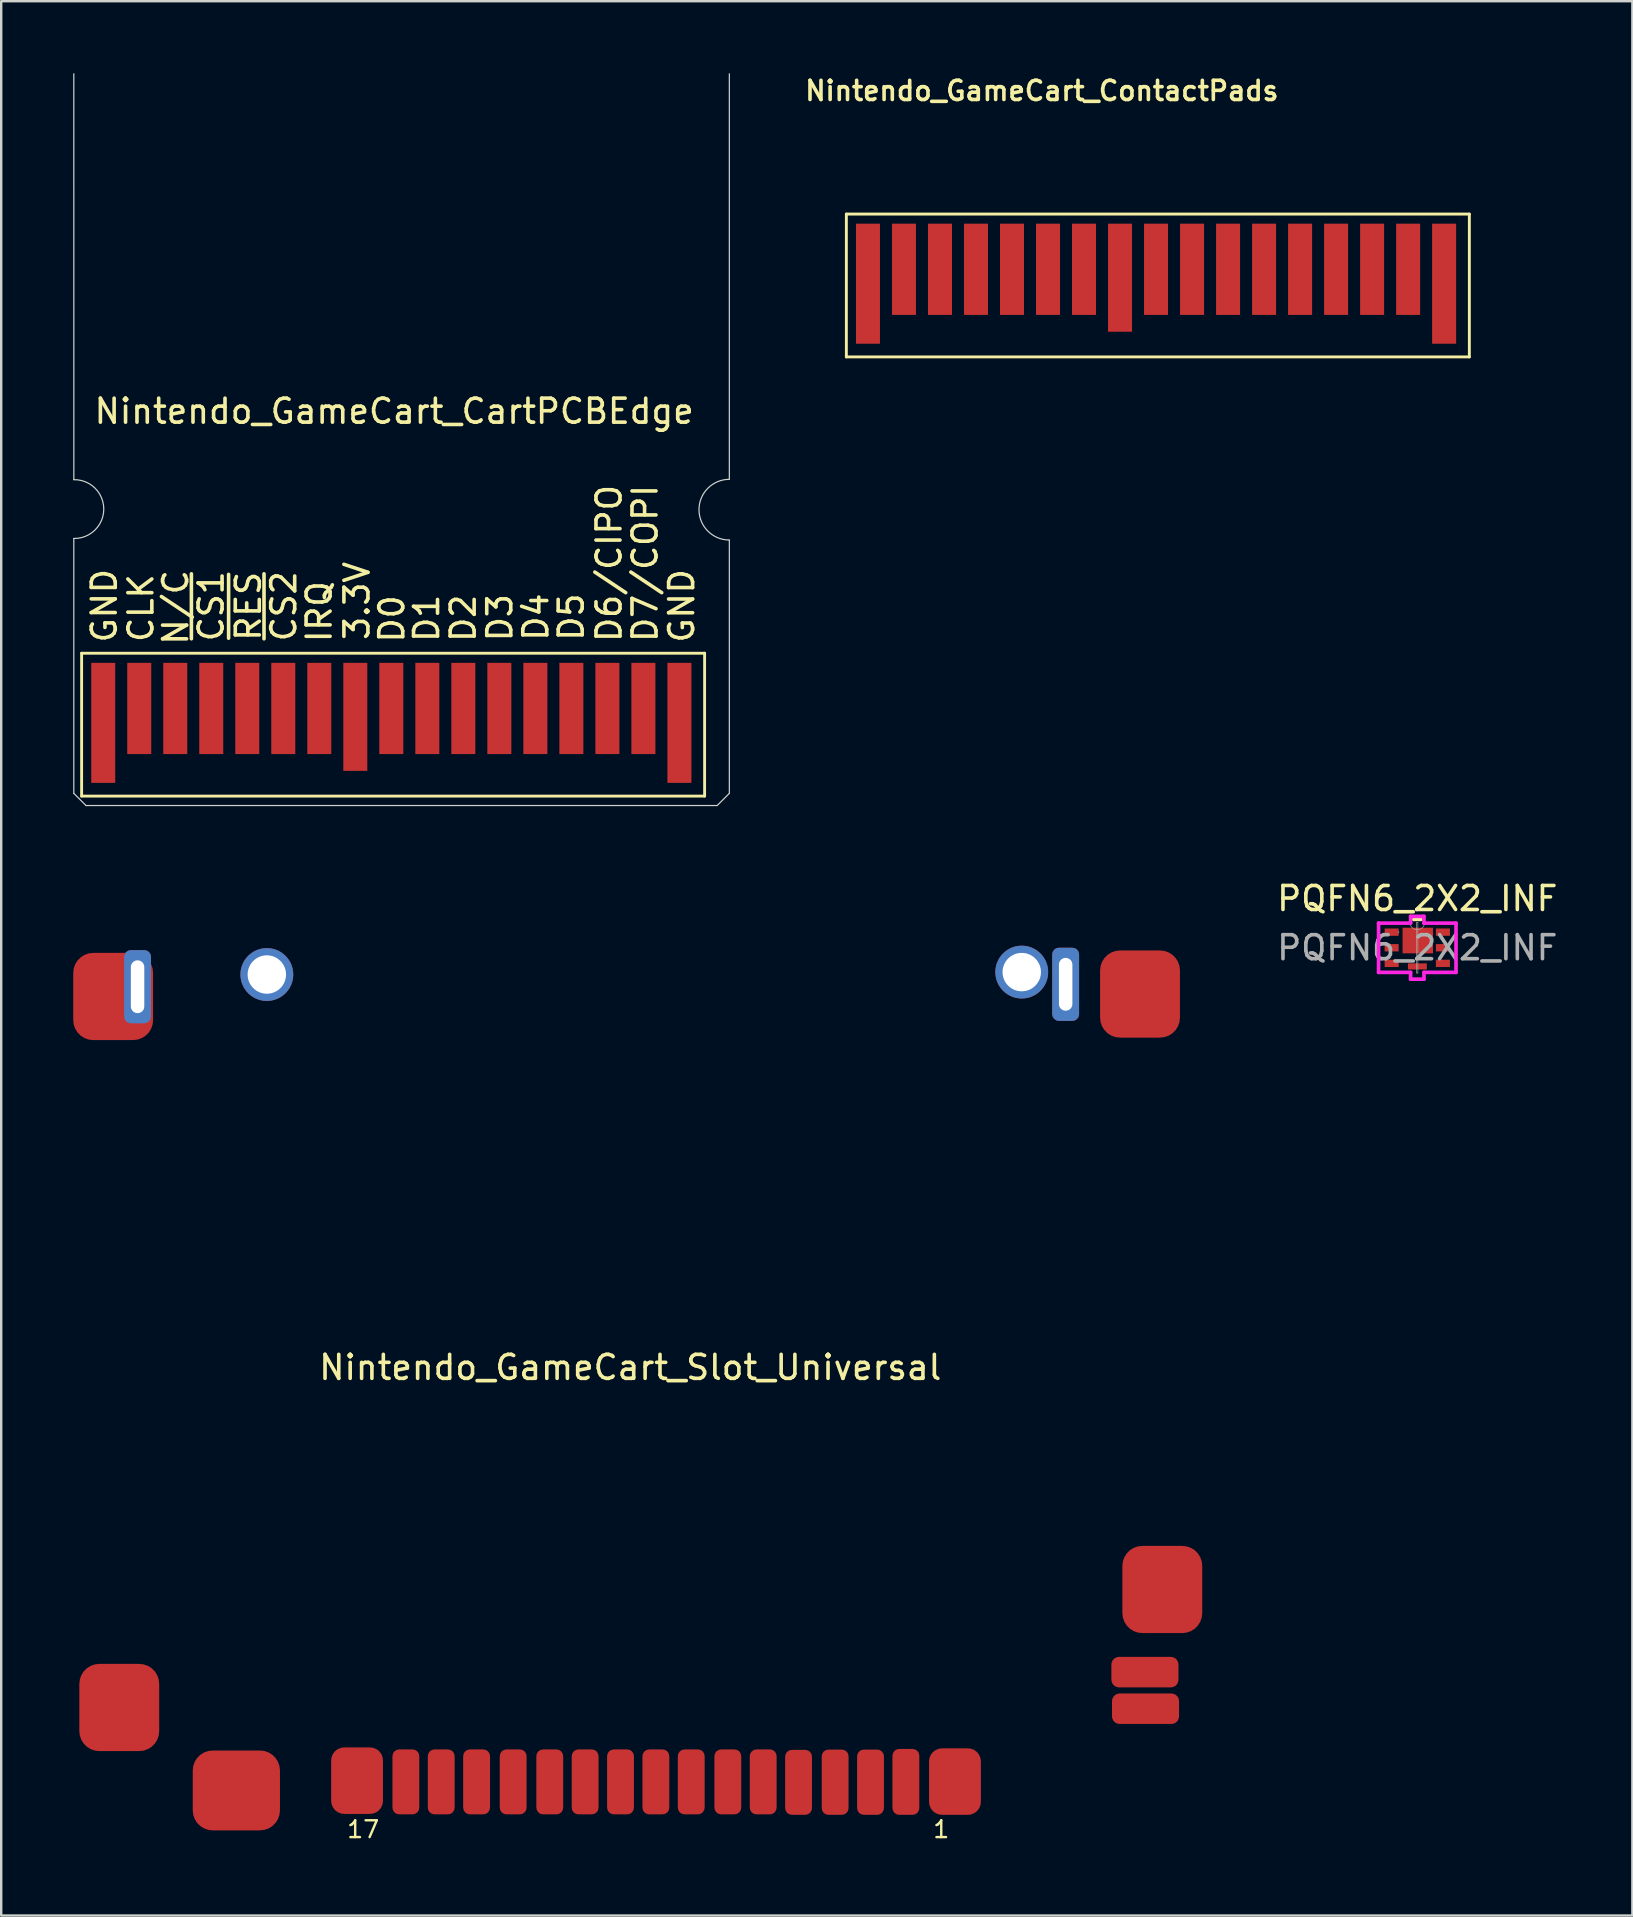
<source format=kicad_pcb>
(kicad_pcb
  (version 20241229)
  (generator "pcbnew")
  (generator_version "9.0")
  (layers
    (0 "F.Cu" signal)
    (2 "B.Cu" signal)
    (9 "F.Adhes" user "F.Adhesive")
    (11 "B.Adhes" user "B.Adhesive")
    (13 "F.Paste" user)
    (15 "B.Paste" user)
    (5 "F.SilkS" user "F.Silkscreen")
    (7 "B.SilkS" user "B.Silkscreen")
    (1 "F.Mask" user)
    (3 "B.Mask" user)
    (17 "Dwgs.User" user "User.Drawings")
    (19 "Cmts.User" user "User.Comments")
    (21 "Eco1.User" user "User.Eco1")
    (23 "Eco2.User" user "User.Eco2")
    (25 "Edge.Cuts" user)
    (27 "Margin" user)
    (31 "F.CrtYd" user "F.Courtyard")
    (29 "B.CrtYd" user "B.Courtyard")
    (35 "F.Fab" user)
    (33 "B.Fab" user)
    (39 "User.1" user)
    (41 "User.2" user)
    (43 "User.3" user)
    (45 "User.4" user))
  (footprint "Nintendo_GameCart_CartPCBEdge"
    (layer "F.Cu")
    (at 13.37 14.58)
    (property "Reference" "Nintendo_GameCart_CartPCBEdge" (at 0 -0.5 0) (unlocked yes) (layer "F.SilkS") (effects (font (size 1 1) (thickness 0.15))))
    (attr smd)
    (fp_line (start -13.02 9.58) (end -13.02 15.53) (stroke (width 0.12) (type solid)) (layer "F.SilkS"))
    (fp_line (start -13.02 15.53) (end 12.93 15.53) (stroke (width 0.12) (type solid)) (layer "F.SilkS"))
    (fp_line (start 12.93 9.58) (end -13.02 9.58) (stroke (width 0.12) (type solid)) (layer "F.SilkS"))
    (fp_line (start 12.93 15.53) (end 12.93 9.58) (stroke (width 0.12) (type solid)) (layer "F.SilkS"))
    (fp_line (start -13.345 -14.555) (end -13.344 2.35) (stroke (width 0.05) (type solid)) (layer "Edge.Cuts"))
    (fp_line (start -13.345 4.8) (end -13.345 15.417) (stroke (width 0.05) (type solid)) (layer "Edge.Cuts"))
    (fp_line (start -13.345 15.417) (end -12.837 15.925) (stroke (width 0.05) (type solid)) (layer "Edge.Cuts"))
    (fp_line (start -12.837 15.925) (end 13.452 15.925) (stroke (width 0.05) (type solid)) (layer "Edge.Cuts"))
    (fp_line (start 13.96 2.336) (end 13.96 -14.555) (stroke (width 0.05) (type solid)) (layer "Edge.Cuts"))
    (fp_line (start 13.96 15.417) (end 13.452 15.925) (stroke (width 0.05) (type solid)) (layer "Edge.Cuts"))
    (fp_line (start 13.96 15.417) (end 13.96 4.864) (stroke (width 0.05) (type solid)) (layer "Edge.Cuts"))
    (fp_arc (start -13.344215 2.350187) (mid -12.100409 3.575393) (end -13.345 4.7998) (stroke (width 0.05) (type solid)) (layer "Edge.Cuts"))
    (fp_arc (start 13.959914 4.864001) (mid 12.68599 3.599957) (end 13.96 2.336) (stroke (width 0.05) (type solid)) (layer "Edge.Cuts"))
    (fp_text user "D7/COPI" (at 10.45 5.842 90) (layer "F.SilkS") (effects (font (size 1 1) (thickness 0.15))))
    (fp_text user "D5" (at 7.375 8.075 90) (layer "F.SilkS") (effects (font (size 1 1) (thickness 0.15))))
    (fp_text user "D1" (at 1.35 8.125 90) (layer "F.SilkS") (effects (font (size 1 1) (thickness 0.15))))
    (fp_text user "~{CS1}" (at -7.625 7.625 90) (layer "F.SilkS") (effects (font (size 1 1) (thickness 0.15))))
    (fp_text user "D6/CIPO" (at 8.95 5.842 90) (layer "F.SilkS") (effects (font (size 1 1) (thickness 0.15))))
    (fp_text user "3.3V" (at -1.55 7.4 90) (layer "F.SilkS") (effects (font (size 1 1) (thickness 0.15))))
    (fp_text user "~{CS2}" (at -4.6 7.625 90) (layer "F.SilkS") (effects (font (size 1 1) (thickness 0.15))))
    (fp_text user "CLK" (at -10.55 7.7 90) (layer "F.SilkS") (effects (font (size 1 1) (thickness 0.15))))
    (fp_text user "D3" (at 4.4 8.1 90) (layer "F.SilkS") (effects (font (size 1 1) (thickness 0.15))))
    (fp_text user "N/C" (at -9.103 7.67 90) (layer "F.SilkS") (effects (font (size 1 1) (thickness 0.15))))
    (fp_text user "~{RES}" (at -6.075 7.625 90) (layer "F.SilkS") (effects (font (size 1 1) (thickness 0.15))))
    (fp_text user "D2" (at 2.875 8.125 90) (layer "F.SilkS") (effects (font (size 1 1) (thickness 0.15))))
    (fp_text user "D0" (at -0.1 8.15 90) (layer "F.SilkS") (effects (font (size 1 1) (thickness 0.15))))
    (fp_text user "IRQ" (at -3.125 7.85 90) (layer "F.SilkS") (effects (font (size 1 1) (thickness 0.15))))
    (fp_text user "GND" (at -12.075 7.6 90) (layer "F.SilkS") (effects (font (size 1 1) (thickness 0.15))))
    (fp_text user "D4" (at 5.9 8.075 90) (layer "F.SilkS") (effects (font (size 1 1) (thickness 0.15))))
    (fp_text user "GND" (at 11.975 7.606 90) (layer "F.SilkS") (effects (font (size 1 1) (thickness 0.15))))
    (pad "1" smd rect (at -12.12 12.48) (size 1 5) (layers "F.Cu" "F.Mask"))
    (pad "2" smd rect (at -10.62 11.88) (size 1 3.8) (layers "F.Cu" "F.Mask"))
    (pad "3" smd rect (at -9.12 11.88) (size 1 3.8) (layers "F.Cu" "F.Mask"))
    (pad "4" smd rect (at -7.62 11.88) (size 1 3.8) (layers "F.Cu" "F.Mask"))
    (pad "5" smd rect (at -6.12 11.88) (size 1 3.8) (layers "F.Cu" "F.Mask"))
    (pad "6" smd rect (at -4.62 11.88) (size 1 3.8) (layers "F.Cu" "F.Mask"))
    (pad "7" smd rect (at -3.12 11.88) (size 1 3.8) (layers "F.Cu" "F.Mask"))
    (pad "8" smd rect (at -1.62 12.23) (size 1 4.5) (layers "F.Cu" "F.Mask"))
    (pad "9" smd rect (at -0.12 11.88) (size 1 3.8) (layers "F.Cu" "F.Mask"))
    (pad "10" smd rect (at 1.38 11.88) (size 1 3.8) (layers "F.Cu" "F.Mask"))
    (pad "11" smd rect (at 2.88 11.88) (size 1 3.8) (layers "F.Cu" "F.Mask"))
    (pad "12" smd rect (at 4.38 11.88) (size 1 3.8) (layers "F.Cu" "F.Mask"))
    (pad "13" smd rect (at 5.88 11.88) (size 1 3.8) (layers "F.Cu" "F.Mask"))
    (pad "14" smd rect (at 7.38 11.88) (size 1 3.8) (layers "F.Cu" "F.Mask"))
    (pad "15" smd rect (at 8.88 11.88) (size 1 3.8) (layers "F.Cu" "F.Mask"))
    (pad "16" smd rect (at 10.38 11.88) (size 1 3.8) (layers "F.Cu" "F.Mask"))
    (pad "17" smd rect (at 11.88 12.48) (size 1 5) (layers "F.Cu" "F.Mask"))
    (zone (net_name "") (layer "B.Cu") (hatch edge 0.508) (connect_pads) (min_thickness 0.254) (filled_areas_thickness no) (keepout (tracks allowed) (vias allowed) (pads allowed) (copperpour allowed) (footprints not_allowed)) (placement (enabled no)) (fill) (polygon (pts (xy 27.086 30.074) (xy 0.162 30.11) (xy 0.162 0.356) (xy 27.086 0.356)))))
  (footprint "Nintendo_GameCart_ContactPads"
    (layer "F.Cu")
    (at 40.204 4.817)
    (property "Reference" "Nintendo_GameCart_ContactPads" (at 0.143 -4.085 0) (layer "F.SilkS") (effects (font (size 0.8 0.8) (thickness 0.15))))
    (attr through_hole)
    (fp_line (start -8 1.05) (end -8 7) (stroke (width 0.12) (type solid)) (layer "F.SilkS"))
    (fp_line (start -8 7) (end 17.95 7) (stroke (width 0.12) (type solid)) (layer "F.SilkS"))
    (fp_line (start 17.95 1.05) (end -8 1.05) (stroke (width 0.12) (type solid)) (layer "F.SilkS"))
    (fp_line (start 17.95 7) (end 17.95 1.05) (stroke (width 0.12) (type solid)) (layer "F.SilkS"))
    (pad "1" smd rect (at -7.1 3.95) (size 1 5) (layers "F.Cu" "F.Mask"))
    (pad "2" smd rect (at -5.6 3.35) (size 1 3.8) (layers "F.Cu" "F.Mask"))
    (pad "3" smd rect (at -4.1 3.35) (size 1 3.8) (layers "F.Cu" "F.Mask"))
    (pad "4" smd rect (at -2.6 3.35) (size 1 3.8) (layers "F.Cu" "F.Mask"))
    (pad "5" smd rect (at -1.1 3.35) (size 1 3.8) (layers "F.Cu" "F.Mask"))
    (pad "6" smd rect (at 0.4 3.35) (size 1 3.8) (layers "F.Cu" "F.Mask"))
    (pad "7" smd rect (at 1.9 3.35) (size 1 3.8) (layers "F.Cu" "F.Mask"))
    (pad "8" smd rect (at 3.4 3.7) (size 1 4.5) (layers "F.Cu" "F.Mask"))
    (pad "9" smd rect (at 4.9 3.35) (size 1 3.8) (layers "F.Cu" "F.Mask"))
    (pad "10" smd rect (at 6.4 3.35) (size 1 3.8) (layers "F.Cu" "F.Mask"))
    (pad "11" smd rect (at 7.9 3.35) (size 1 3.8) (layers "F.Cu" "F.Mask"))
    (pad "12" smd rect (at 9.4 3.35) (size 1 3.8) (layers "F.Cu" "F.Mask"))
    (pad "13" smd rect (at 10.9 3.35) (size 1 3.8) (layers "F.Cu" "F.Mask"))
    (pad "14" smd rect (at 12.4 3.35) (size 1 3.8) (layers "F.Cu" "F.Mask"))
    (pad "15" smd rect (at 13.9 3.35) (size 1 3.8) (layers "F.Cu" "F.Mask"))
    (pad "16" smd rect (at 15.4 3.35) (size 1 3.8) (layers "F.Cu" "F.Mask"))
    (pad "17" smd rect (at 16.9 3.95) (size 1 5) (layers "F.Cu" "F.Mask")))
  (footprint "Nintendo_GameCart_Slot_Universal"
    (layer "F.Cu")
    (at 23.203 54.409)
    (property "Reference" "Nintendo_GameCart_Slot_Universal" (at 0 -0.5 0) (unlocked yes) (layer "F.SilkS") (effects (font (size 1 1) (thickness 0.15))))
    (attr smd)
    (fp_text user "1" (at 12.954 18.745 0) (unlocked yes) (layer "F.SilkS") (effects (font (size 0.7 0.7) (thickness 0.1))))
    (fp_text user "17" (at -11.125 18.745 0) (unlocked yes) (layer "F.SilkS") (effects (font (size 0.7 0.7) (thickness 0.1))))
    (pad "" np_thru_hole circle (at -15.138 -16.866) (size 2.2 2.2) (drill 1.6) (layers "*.Cu" "*.Mask"))
    (pad "" np_thru_hole circle (at 16.307 -16.967) (size 2.2 2.2) (drill 1.6) (layers "*.Cu" "*.Mask"))
    (pad "0" smd roundrect (at -21.539 -15.951) (size 3.327 3.632) (layers "F.Cu" "F.Mask" "F.Paste") (roundrect_rratio 0.25))
    (pad "0" smd roundrect (at -21.285 13.665) (size 3.327 3.632) (layers "F.Cu" "F.Mask" "F.Paste") (roundrect_rratio 0.25))
    (pad "0" thru_hole roundrect (at -20.523 -16.358) (size 1.118 3.048) (drill oval 0.56 2.2) (layers "*.Cu" "*.Mask") (roundrect_rratio 0.25))
    (pad "0" smd roundrect (at -16.408 17.12 90) (size 3.327 3.632) (layers "F.Cu" "F.Mask" "F.Paste") (roundrect_rratio 0.25))
    (pad "0" thru_hole roundrect (at 18.136 -16.459) (size 1.118 3.048) (drill oval 0.56 2.2) (layers "*.Cu" "*.Mask") (roundrect_rratio 0.25))
    (pad "0" smd roundrect (at 21.234 -16.053) (size 3.327 3.632) (layers "F.Cu" "F.Mask" "F.Paste") (roundrect_rratio 0.25))
    (pad "0" smd roundrect (at 21.438 12.192) (size 2.794 1.27) (layers "F.Cu" "F.Mask" "F.Paste") (roundrect_rratio 0.25))
    (pad "0" smd roundrect (at 22.162 8.75) (size 3.327 3.632) (layers "F.Cu" "F.Mask" "F.Paste") (roundrect_rratio 0.25))
    (pad "1" smd roundrect (at 13.525 16.751) (size 2.159 2.769) (layers "F.Cu" "F.Mask" "F.Paste") (roundrect_rratio 0.25))
    (pad "2" smd roundrect (at 11.481 16.764) (size 1.118 2.743) (layers "F.Cu" "F.Mask" "F.Paste") (roundrect_rratio 0.25))
    (pad "3" smd roundrect (at 10.008 16.777) (size 1.118 2.718) (layers "F.Cu" "F.Mask" "F.Paste") (roundrect_rratio 0.25))
    (pad "4" smd roundrect (at 8.534 16.777) (size 1.118 2.718) (layers "F.Cu" "F.Mask" "F.Paste") (roundrect_rratio 0.25))
    (pad "5" smd roundrect (at 7.01 16.783) (size 1.118 2.705) (layers "F.Cu" "F.Mask" "F.Paste") (roundrect_rratio 0.25))
    (pad "6" smd roundrect (at 5.537 16.764) (size 1.118 2.705) (layers "F.Cu" "F.Mask" "F.Paste") (roundrect_rratio 0.25))
    (pad "7" smd roundrect (at 4.064 16.764) (size 1.118 2.705) (layers "F.Cu" "F.Mask" "F.Paste") (roundrect_rratio 0.25))
    (pad "8" smd roundrect (at 2.54 16.764) (size 1.118 2.705) (layers "F.Cu" "F.Mask" "F.Paste") (roundrect_rratio 0.25))
    (pad "9" smd roundrect (at 1.067 16.764) (size 1.118 2.705) (layers "F.Cu" "F.Mask" "F.Paste") (roundrect_rratio 0.25))
    (pad "10" smd roundrect (at -0.406 16.764) (size 1.118 2.705) (layers "F.Cu" "F.Mask" "F.Paste") (roundrect_rratio 0.25))
    (pad "11" smd roundrect (at -1.88 16.764) (size 1.118 2.705) (layers "F.Cu" "F.Mask" "F.Paste") (roundrect_rratio 0.25))
    (pad "12" smd roundrect (at -3.353 16.764) (size 1.118 2.705) (layers "F.Cu" "F.Mask" "F.Paste") (roundrect_rratio 0.25))
    (pad "13" smd roundrect (at -4.877 16.764) (size 1.118 2.705) (layers "F.Cu" "F.Mask" "F.Paste") (roundrect_rratio 0.25))
    (pad "14" smd roundrect (at -6.401 16.764) (size 1.118 2.705) (layers "F.Cu" "F.Mask" "F.Paste") (roundrect_rratio 0.25))
    (pad "15" smd roundrect (at -7.874 16.764) (size 1.118 2.705) (layers "F.Cu" "F.Mask" "F.Paste") (roundrect_rratio 0.25))
    (pad "16" smd roundrect (at -9.347 16.764) (size 1.118 2.705) (layers "F.Cu" "F.Mask" "F.Paste") (roundrect_rratio 0.25))
    (pad "17" smd roundrect (at -11.379 16.713) (size 2.159 2.769) (layers "F.Cu" "F.Mask" "F.Paste") (roundrect_rratio 0.25))
    (pad "18" smd roundrect (at 21.463 13.716) (size 2.794 1.27) (layers "F.Cu" "F.Mask" "F.Paste") (roundrect_rratio 0.25))
    (zone (net_name "") (layer "F.Cu") (hatch edge 0.508) (connect_pads) (min_thickness 0.254) (filled_areas_thickness no) (keepout (tracks allowed) (vias allowed) (pads allowed) (copperpour allowed) (footprints not_allowed)) (placement (enabled no)) (fill) (polygon (pts (xy 43.117 69.75) (xy 3.34 69.801) (xy 3.34 33.53) (xy 43.117 33.53)))))
  (footprint "PQFN6_2X2_INF"
    (layer "F.Cu")
    (at 55.986 36.428)
    (property "Reference" "PQFN6_2X2_INF" (at 0 -2.05 0) (unlocked yes) (layer "F.SilkS") (effects (font (size 1 1) (thickness 0.15))))
    (attr smd)
    (fp_line (start 0.152 -1.181) (end -0.152 -1.181) (stroke (width 0.152) (type solid)) (layer "F.SilkS"))
    (fp_line (start -1.613 -1.026) (end -0.279 -1.026) (stroke (width 0.152) (type solid)) (layer "F.CrtYd"))
    (fp_line (start -1.613 1.026) (end -1.613 -1.026) (stroke (width 0.152) (type solid)) (layer "F.CrtYd"))
    (fp_line (start -1.613 1.026) (end -0.279 1.026) (stroke (width 0.152) (type solid)) (layer "F.CrtYd"))
    (fp_line (start -0.279 -1.308) (end 0.279 -1.308) (stroke (width 0.152) (type solid)) (layer "F.CrtYd"))
    (fp_line (start -0.279 -1.026) (end -0.279 -1.308) (stroke (width 0.152) (type solid)) (layer "F.CrtYd"))
    (fp_line (start -0.279 1.308) (end -0.279 1.026) (stroke (width 0.152) (type solid)) (layer "F.CrtYd"))
    (fp_line (start 0.279 -1.308) (end 0.279 -1.026) (stroke (width 0.152) (type solid)) (layer "F.CrtYd"))
    (fp_line (start 0.279 1.026) (end 0.279 1.308) (stroke (width 0.152) (type solid)) (layer "F.CrtYd"))
    (fp_line (start 0.279 1.308) (end -0.279 1.308) (stroke (width 0.152) (type solid)) (layer "F.CrtYd"))
    (fp_line (start 1.613 -1.026) (end 0.279 -1.026) (stroke (width 0.152) (type solid)) (layer "F.CrtYd"))
    (fp_line (start 1.613 -1.026) (end 1.613 1.026) (stroke (width 0.152) (type solid)) (layer "F.CrtYd"))
    (fp_line (start 1.613 1.026) (end 0.279 1.026) (stroke (width 0.152) (type solid)) (layer "F.CrtYd"))
    (fp_line (start -0.025 -1.054) (end -0.025 1.054) (stroke (width 0.025) (type solid)) (layer "F.Fab"))
    (fp_line (start -0.025 1.054) (end 0.025 1.054) (stroke (width 0.025) (type solid)) (layer "F.Fab"))
    (fp_line (start 0.025 -1.054) (end -0.025 -1.054) (stroke (width 0.025) (type solid)) (layer "F.Fab"))
    (fp_line (start 0.025 1.054) (end 0.025 -1.054) (stroke (width 0.025) (type solid)) (layer "F.Fab"))
    (fp_arc (start 0.3048 -1.0541) (mid 0 -0.7493) (end -0.3048 -1.0541) (stroke (width 0.0254) (type solid)) (layer "F.Fab"))
    (fp_circle (center -0.775 -0.65) (end -0.775 -0.65) (stroke (width 0.025) (type solid)) (fill no) (layer "F.Fab"))
    (fp_text user "${REFERENCE}" (at 0 0 0) (unlocked yes) (layer "F.Fab") (effects (font (size 1 1) (thickness 0.15))))
    (pad "1" smd rect (at -1.067 -0.65) (size 0.584 0.305) (layers "F.Cu" "F.Mask" "F.Paste"))
    (pad "2" smd rect (at -1.067 0) (size 0.584 0.305) (layers "F.Cu" "F.Mask" "F.Paste"))
    (pad "3" smd rect (at -1.067 0.65) (size 0.584 0.305) (layers "F.Cu" "F.Mask" "F.Paste"))
    (pad "4" smd rect (at 1.067 0.65) (size 0.584 0.305) (layers "F.Cu" "F.Mask" "F.Paste"))
    (pad "5" smd rect (at 1.067 0) (size 0.584 0.305) (layers "F.Cu" "F.Mask" "F.Paste"))
    (pad "6" smd rect (at 1.067 -0.65) (size 0.584 0.305) (layers "F.Cu" "F.Mask" "F.Paste"))
    (pad "7" smd rect (at 0.021 -0.301) (size 1.27 1.067) (layers "F.Cu" "F.Mask" "F.Paste"))
    (pad "8" smd rect (at 0.004 0.777) (size 0.787 0.254) (layers "F.Cu" "F.Mask" "F.Paste")))
  (gr_rect
    (start -3 -3)
    (end 64.945 76.739)
    (stroke (width 0.1) (type default))
    (fill no)
    (layer "Edge.Cuts")))
</source>
